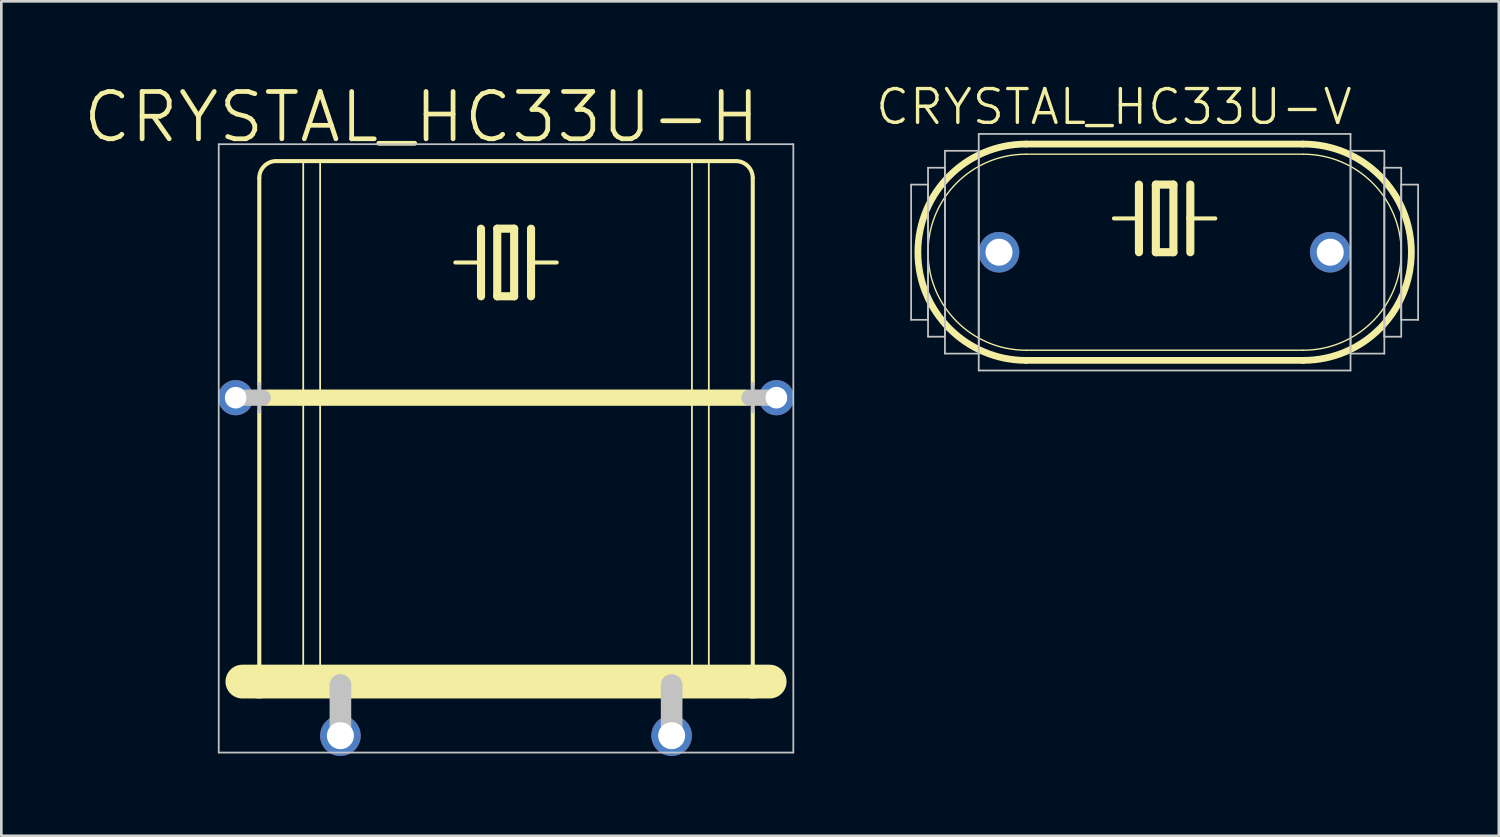
<source format=kicad_pcb>
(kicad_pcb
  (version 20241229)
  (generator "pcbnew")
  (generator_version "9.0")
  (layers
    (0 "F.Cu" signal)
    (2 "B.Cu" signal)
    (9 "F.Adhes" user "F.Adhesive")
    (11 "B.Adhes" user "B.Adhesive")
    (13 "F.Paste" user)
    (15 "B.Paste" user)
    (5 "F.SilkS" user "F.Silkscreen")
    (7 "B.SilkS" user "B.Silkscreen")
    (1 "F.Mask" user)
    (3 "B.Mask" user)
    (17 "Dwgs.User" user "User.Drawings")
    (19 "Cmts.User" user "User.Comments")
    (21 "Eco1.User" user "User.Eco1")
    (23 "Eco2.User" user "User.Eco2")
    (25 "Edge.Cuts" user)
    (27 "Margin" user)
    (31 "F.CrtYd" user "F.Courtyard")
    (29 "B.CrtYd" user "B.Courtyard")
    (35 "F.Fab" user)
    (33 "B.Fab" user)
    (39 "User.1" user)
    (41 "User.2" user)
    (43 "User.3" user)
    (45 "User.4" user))
  (footprint "CRYSTAL_HC33U-H"
    (layer "F.Cu")
    (at 15.964 19.513)
    (property "Reference" "CRYSTAL_HC33U-H" (at -3.175 -18.161 0) (layer "F.SilkS") (effects (font (size 1.778 1.778) (thickness 0.178))))
    (attr exclude_from_pos_files exclude_from_bom)
    (fp_line (start -9.906 3.048) (end -9.271 3.048) (stroke (width 1.27) (type solid)) (layer "F.SilkS"))
    (fp_line (start -9.271 -8.128) (end -9.271 -15.875) (stroke (width 0.152) (type solid)) (layer "F.SilkS"))
    (fp_line (start -9.271 -7.112) (end -9.271 3.048) (stroke (width 0.152) (type solid)) (layer "F.SilkS"))
    (fp_line (start -9.271 3.048) (end 9.271 3.048) (stroke (width 1.27) (type solid)) (layer "F.SilkS"))
    (fp_line (start -9.017 -7.62) (end 9.017 -7.62) (stroke (width 0.61) (type solid)) (layer "F.SilkS"))
    (fp_line (start -7.62 -16.51) (end -6.985 -16.51) (stroke (width 0.066) (type solid)) (layer "F.SilkS"))
    (fp_line (start -7.62 3.175) (end -7.62 -16.51) (stroke (width 0.066) (type solid)) (layer "F.SilkS"))
    (fp_line (start -7.62 3.175) (end -6.985 3.175) (stroke (width 0.066) (type solid)) (layer "F.SilkS"))
    (fp_line (start -6.985 3.175) (end -6.985 -16.51) (stroke (width 0.066) (type solid)) (layer "F.SilkS"))
    (fp_line (start -0.94 -13.97) (end -0.94 -12.7) (stroke (width 0.305) (type solid)) (layer "F.SilkS"))
    (fp_line (start -0.94 -12.7) (end -1.905 -12.7) (stroke (width 0.152) (type solid)) (layer "F.SilkS"))
    (fp_line (start -0.94 -12.7) (end -0.94 -11.43) (stroke (width 0.305) (type solid)) (layer "F.SilkS"))
    (fp_line (start -0.33 -13.97) (end -0.33 -11.43) (stroke (width 0.305) (type solid)) (layer "F.SilkS"))
    (fp_line (start -0.33 -11.43) (end 0.305 -11.43) (stroke (width 0.305) (type solid)) (layer "F.SilkS"))
    (fp_line (start 0.305 -13.97) (end -0.33 -13.97) (stroke (width 0.305) (type solid)) (layer "F.SilkS"))
    (fp_line (start 0.305 -11.43) (end 0.305 -13.97) (stroke (width 0.305) (type solid)) (layer "F.SilkS"))
    (fp_line (start 0.94 -13.97) (end 0.94 -12.7) (stroke (width 0.305) (type solid)) (layer "F.SilkS"))
    (fp_line (start 0.94 -12.7) (end 0.94 -11.43) (stroke (width 0.305) (type solid)) (layer "F.SilkS"))
    (fp_line (start 0.94 -12.7) (end 1.905 -12.7) (stroke (width 0.152) (type solid)) (layer "F.SilkS"))
    (fp_line (start 6.985 -16.51) (end 7.62 -16.51) (stroke (width 0.066) (type solid)) (layer "F.SilkS"))
    (fp_line (start 6.985 3.175) (end 6.985 -16.51) (stroke (width 0.066) (type solid)) (layer "F.SilkS"))
    (fp_line (start 6.985 3.175) (end 7.62 3.175) (stroke (width 0.066) (type solid)) (layer "F.SilkS"))
    (fp_line (start 7.62 3.175) (end 7.62 -16.51) (stroke (width 0.066) (type solid)) (layer "F.SilkS"))
    (fp_line (start 8.636 -16.51) (end -8.636 -16.51) (stroke (width 0.152) (type solid)) (layer "F.SilkS"))
    (fp_line (start 9.271 -8.128) (end 9.271 -15.875) (stroke (width 0.152) (type solid)) (layer "F.SilkS"))
    (fp_line (start 9.271 -7.112) (end 9.271 3.048) (stroke (width 0.152) (type solid)) (layer "F.SilkS"))
    (fp_line (start 9.271 3.048) (end 9.906 3.048) (stroke (width 1.27) (type solid)) (layer "F.SilkS"))
    (fp_arc (start -9.271 -15.875) (mid -9.085013 -16.324013) (end -8.636 -16.51) (stroke (width 0.1524) (type solid)) (layer "F.SilkS"))
    (fp_arc (start 8.636 -16.51) (mid 9.085013 -16.324013) (end 9.271 -15.875) (stroke (width 0.1524) (type solid)) (layer "F.SilkS"))
    (fp_line (start -10.795 -17.145) (end 10.795 -17.145) (stroke (width 0.066) (type solid)) (layer "Dwgs.User"))
    (fp_line (start -10.795 5.715) (end -10.795 -17.145) (stroke (width 0.066) (type solid)) (layer "Dwgs.User"))
    (fp_line (start -10.795 5.715) (end 10.795 5.715) (stroke (width 0.066) (type solid)) (layer "Dwgs.User"))
    (fp_line (start -10.16 -7.62) (end -9.144 -7.62) (stroke (width 0.61) (type solid)) (layer "Dwgs.User"))
    (fp_line (start -9.271 -8.128) (end -9.271 -7.112) (stroke (width 0.152) (type solid)) (layer "Dwgs.User"))
    (fp_line (start -6.223 3.175) (end -6.223 5.08) (stroke (width 0.813) (type solid)) (layer "Dwgs.User"))
    (fp_line (start 6.223 3.175) (end 6.223 5.08) (stroke (width 0.813) (type solid)) (layer "Dwgs.User"))
    (fp_line (start 9.144 -7.62) (end 10.16 -7.62) (stroke (width 0.61) (type solid)) (layer "Dwgs.User"))
    (fp_line (start 9.271 -8.128) (end 9.271 -7.112) (stroke (width 0.152) (type solid)) (layer "Dwgs.User"))
    (fp_line (start 10.795 5.715) (end 10.795 -17.145) (stroke (width 0.066) (type solid)) (layer "Dwgs.User"))
    (pad "1" thru_hole circle (at -6.223 5.08) (size 1.524 1.524) (drill 1.016) (layers "*.Cu" "*.Paste" "*.Mask"))
    (pad "2" thru_hole circle (at 6.223 5.08) (size 1.524 1.524) (drill 1.016) (layers "*.Cu" "*.Paste" "*.Mask"))
    (pad "M" thru_hole circle (at -10.16 -7.62) (size 1.321 1.321) (drill 0.813) (layers "*.Cu" "*.Paste" "*.Mask"))
    (pad "M1" thru_hole circle (at 10.16 -7.62) (size 1.321 1.321) (drill 0.813) (layers "*.Cu" "*.Paste" "*.Mask")))
  (footprint "CRYSTAL_HC33U-V"
    (layer "F.Cu")
    (at 40.711 6.427)
    (property "Reference" "CRYSTAL_HC33U-V" (at -1.905 -5.461 0) (layer "F.SilkS") (effects (font (size 1.27 1.27) (thickness 0.127))))
    (attr exclude_from_pos_files exclude_from_bom)
    (fp_line (start -5.207 -4.064) (end 5.207 -4.064) (stroke (width 0.254) (type solid)) (layer "F.SilkS"))
    (fp_line (start -5.207 -3.683) (end 5.207 -3.683) (stroke (width 0.051) (type solid)) (layer "F.SilkS"))
    (fp_line (start -5.207 3.683) (end 5.207 3.683) (stroke (width 0.051) (type solid)) (layer "F.SilkS"))
    (fp_line (start -5.207 4.064) (end 5.207 4.064) (stroke (width 0.254) (type solid)) (layer "F.SilkS"))
    (fp_line (start -0.965 -2.54) (end -0.965 -1.27) (stroke (width 0.305) (type solid)) (layer "F.SilkS"))
    (fp_line (start -0.965 -1.27) (end -1.905 -1.27) (stroke (width 0.152) (type solid)) (layer "F.SilkS"))
    (fp_line (start -0.965 -1.27) (end -0.965 0) (stroke (width 0.305) (type solid)) (layer "F.SilkS"))
    (fp_line (start -0.33 -2.54) (end -0.33 0) (stroke (width 0.305) (type solid)) (layer "F.SilkS"))
    (fp_line (start -0.33 0) (end 0.33 0) (stroke (width 0.305) (type solid)) (layer "F.SilkS"))
    (fp_line (start 0.33 -2.54) (end -0.33 -2.54) (stroke (width 0.305) (type solid)) (layer "F.SilkS"))
    (fp_line (start 0.33 0) (end 0.33 -2.54) (stroke (width 0.305) (type solid)) (layer "F.SilkS"))
    (fp_line (start 0.965 -2.54) (end 0.965 -1.27) (stroke (width 0.305) (type solid)) (layer "F.SilkS"))
    (fp_line (start 0.965 -1.27) (end 0.965 0) (stroke (width 0.305) (type solid)) (layer "F.SilkS"))
    (fp_line (start 0.965 -1.27) (end 1.905 -1.27) (stroke (width 0.152) (type solid)) (layer "F.SilkS"))
    (fp_arc (start -5.207 3.683) (mid -8.89 0) (end -5.207 -3.683) (stroke (width 0.0508) (type solid)) (layer "F.SilkS"))
    (fp_arc (start -5.207 4.064) (mid -9.271 0) (end -5.207 -4.064) (stroke (width 0.254) (type solid)) (layer "F.SilkS"))
    (fp_arc (start 5.207 -4.064) (mid 9.271 0) (end 5.207 4.064) (stroke (width 0.254) (type solid)) (layer "F.SilkS"))
    (fp_arc (start 5.207 -3.683) (mid 8.89 0) (end 5.207 3.683) (stroke (width 0.0508) (type solid)) (layer "F.SilkS"))
    (fp_line (start -9.525 -2.54) (end -8.89 -2.54) (stroke (width 0.066) (type solid)) (layer "Dwgs.User"))
    (fp_line (start -9.525 2.54) (end -9.525 -2.54) (stroke (width 0.066) (type solid)) (layer "Dwgs.User"))
    (fp_line (start -9.525 2.54) (end -8.89 2.54) (stroke (width 0.066) (type solid)) (layer "Dwgs.User"))
    (fp_line (start -8.89 -3.175) (end -8.255 -3.175) (stroke (width 0.066) (type solid)) (layer "Dwgs.User"))
    (fp_line (start -8.89 2.54) (end -8.89 -2.54) (stroke (width 0.066) (type solid)) (layer "Dwgs.User"))
    (fp_line (start -8.89 3.175) (end -8.89 -3.175) (stroke (width 0.066) (type solid)) (layer "Dwgs.User"))
    (fp_line (start -8.89 3.175) (end -8.255 3.175) (stroke (width 0.066) (type solid)) (layer "Dwgs.User"))
    (fp_line (start -8.255 -3.81) (end -6.985 -3.81) (stroke (width 0.066) (type solid)) (layer "Dwgs.User"))
    (fp_line (start -8.255 3.175) (end -8.255 -3.175) (stroke (width 0.066) (type solid)) (layer "Dwgs.User"))
    (fp_line (start -8.255 3.81) (end -8.255 -3.81) (stroke (width 0.066) (type solid)) (layer "Dwgs.User"))
    (fp_line (start -8.255 3.81) (end -6.985 3.81) (stroke (width 0.066) (type solid)) (layer "Dwgs.User"))
    (fp_line (start -6.985 -4.445) (end 6.985 -4.445) (stroke (width 0.066) (type solid)) (layer "Dwgs.User"))
    (fp_line (start -6.985 3.81) (end -6.985 -3.81) (stroke (width 0.066) (type solid)) (layer "Dwgs.User"))
    (fp_line (start -6.985 4.445) (end -6.985 -4.445) (stroke (width 0.066) (type solid)) (layer "Dwgs.User"))
    (fp_line (start -6.985 4.445) (end 6.985 4.445) (stroke (width 0.066) (type solid)) (layer "Dwgs.User"))
    (fp_line (start 6.985 -3.81) (end 8.255 -3.81) (stroke (width 0.066) (type solid)) (layer "Dwgs.User"))
    (fp_line (start 6.985 3.81) (end 6.985 -3.81) (stroke (width 0.066) (type solid)) (layer "Dwgs.User"))
    (fp_line (start 6.985 3.81) (end 8.255 3.81) (stroke (width 0.066) (type solid)) (layer "Dwgs.User"))
    (fp_line (start 6.985 4.445) (end 6.985 -4.445) (stroke (width 0.066) (type solid)) (layer "Dwgs.User"))
    (fp_line (start 8.255 -3.175) (end 8.89 -3.175) (stroke (width 0.066) (type solid)) (layer "Dwgs.User"))
    (fp_line (start 8.255 3.175) (end 8.255 -3.175) (stroke (width 0.066) (type solid)) (layer "Dwgs.User"))
    (fp_line (start 8.255 3.175) (end 8.89 3.175) (stroke (width 0.066) (type solid)) (layer "Dwgs.User"))
    (fp_line (start 8.255 3.81) (end 8.255 -3.81) (stroke (width 0.066) (type solid)) (layer "Dwgs.User"))
    (fp_line (start 8.89 -2.54) (end 9.525 -2.54) (stroke (width 0.066) (type solid)) (layer "Dwgs.User"))
    (fp_line (start 8.89 2.54) (end 8.89 -2.54) (stroke (width 0.066) (type solid)) (layer "Dwgs.User"))
    (fp_line (start 8.89 2.54) (end 9.525 2.54) (stroke (width 0.066) (type solid)) (layer "Dwgs.User"))
    (fp_line (start 8.89 3.175) (end 8.89 -3.175) (stroke (width 0.066) (type solid)) (layer "Dwgs.User"))
    (fp_line (start 9.525 2.54) (end 9.525 -2.54) (stroke (width 0.066) (type solid)) (layer "Dwgs.User"))
    (pad "1" thru_hole circle (at -6.223 0) (size 1.524 1.524) (drill 1.016) (layers "*.Cu" "*.Paste" "*.Mask"))
    (pad "2" thru_hole circle (at 6.223 0) (size 1.524 1.524) (drill 1.016) (layers "*.Cu" "*.Paste" "*.Mask")))
  (gr_rect
    (start -3 -3)
    (end 53.269 28.355)
    (stroke (width 0.1) (type default))
    (fill no)
    (layer "Edge.Cuts")))
</source>
